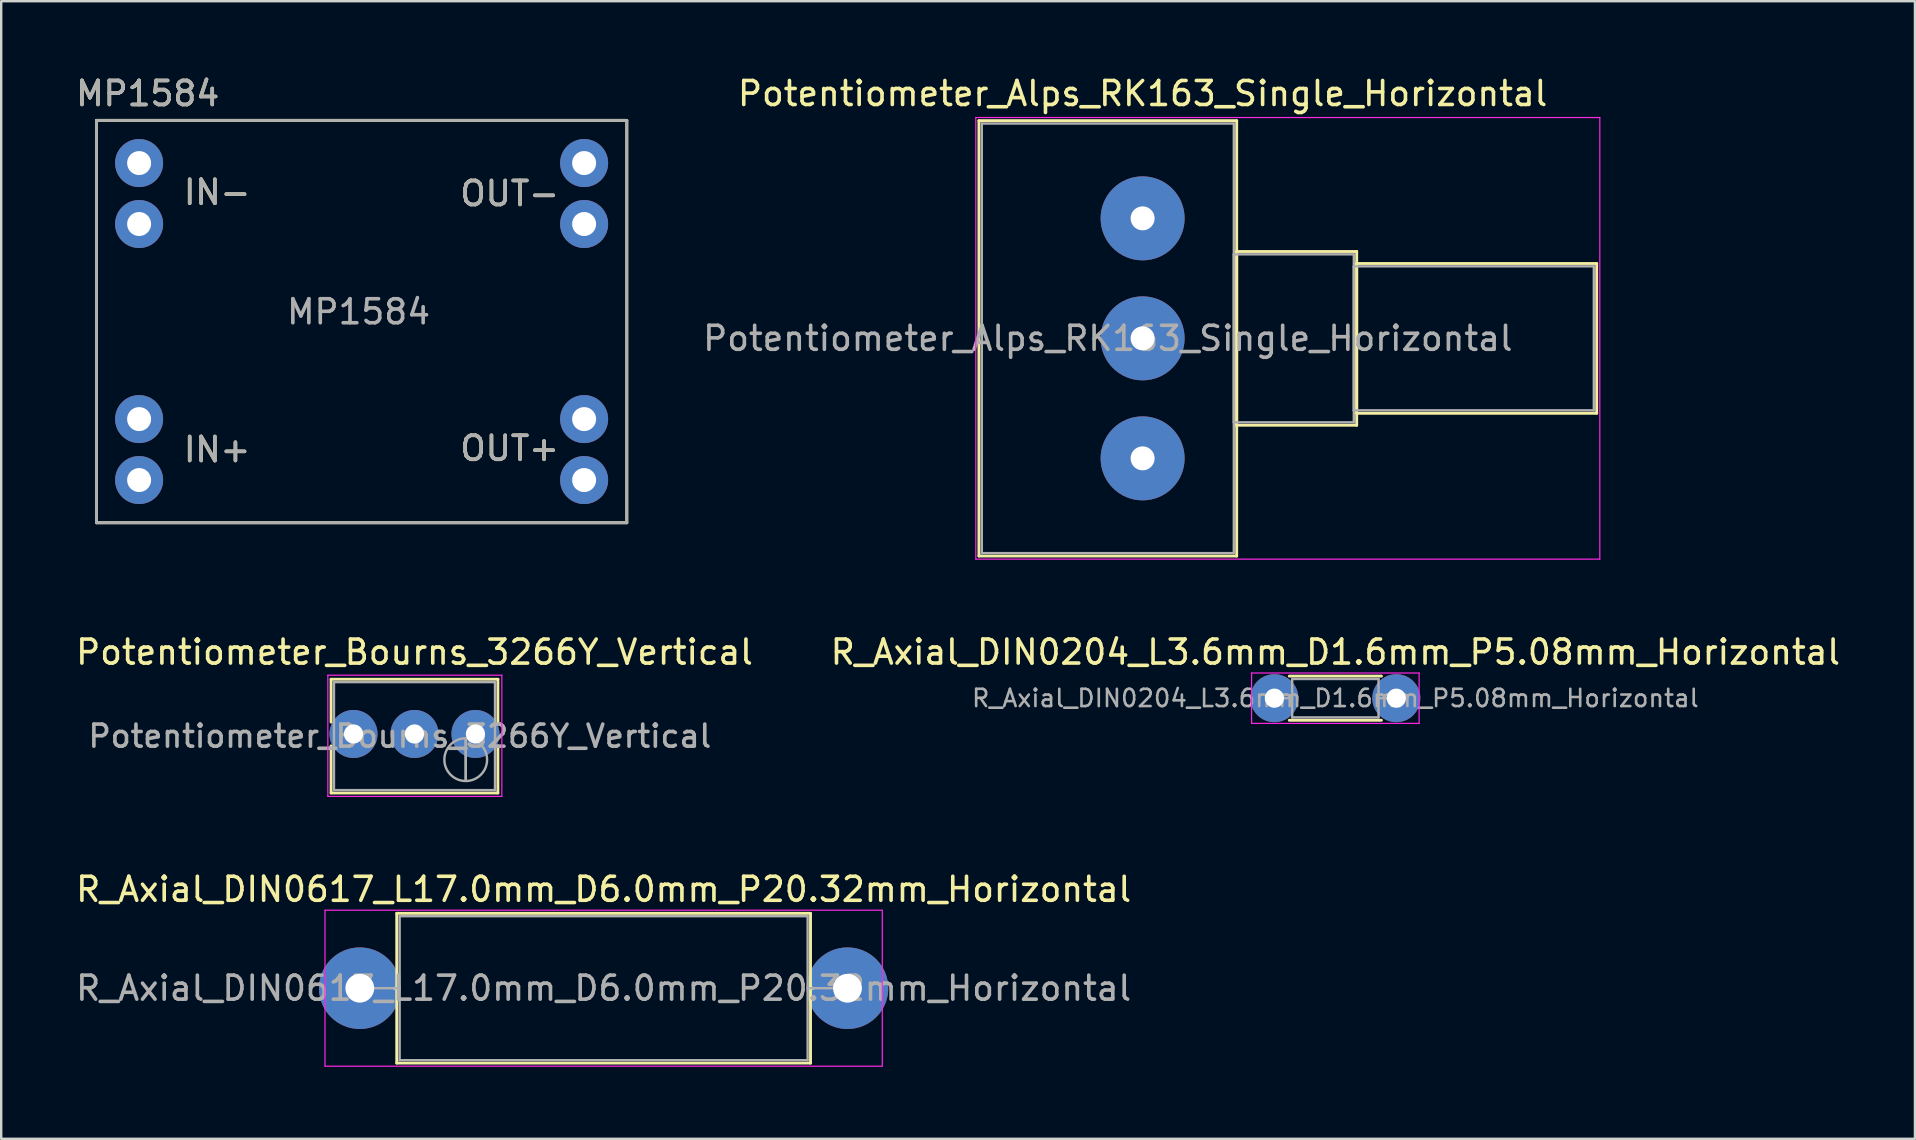
<source format=kicad_pcb>
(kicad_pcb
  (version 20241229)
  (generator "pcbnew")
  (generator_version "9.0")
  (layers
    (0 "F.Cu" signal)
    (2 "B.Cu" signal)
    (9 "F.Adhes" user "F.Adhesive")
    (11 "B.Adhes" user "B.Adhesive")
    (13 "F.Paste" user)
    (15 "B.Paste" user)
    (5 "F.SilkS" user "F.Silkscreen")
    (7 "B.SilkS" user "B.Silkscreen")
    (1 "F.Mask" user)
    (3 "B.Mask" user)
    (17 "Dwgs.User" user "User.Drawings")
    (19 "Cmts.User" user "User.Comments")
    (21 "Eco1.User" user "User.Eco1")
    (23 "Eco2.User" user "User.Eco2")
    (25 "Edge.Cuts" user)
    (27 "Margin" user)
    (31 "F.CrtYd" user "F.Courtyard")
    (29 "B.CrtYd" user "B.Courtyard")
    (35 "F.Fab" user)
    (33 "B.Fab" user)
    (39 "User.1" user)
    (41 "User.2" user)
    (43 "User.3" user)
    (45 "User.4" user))
  (footprint "Potentiometer_Alps_RK163_Single_Horizontal"
    (layer "F.Cu")
    (at 44.558 16.048)
    (property "Reference" "Potentiometer_Alps_RK163_Single_Horizontal" (at 0 -15.2 0) (layer "F.SilkS") (effects (font (size 1 1) (thickness 0.15))))
    (attr through_hole)
    (fp_line (start -6.82 -14.07) (end -6.82 4.07) (stroke (width 0.12) (type solid)) (layer "F.SilkS"))
    (fp_line (start -6.82 -14.07) (end 3.92 -14.07) (stroke (width 0.12) (type solid)) (layer "F.SilkS"))
    (fp_line (start -6.82 4.07) (end 3.92 4.07) (stroke (width 0.12) (type solid)) (layer "F.SilkS"))
    (fp_line (start 3.92 -14.07) (end 3.92 4.07) (stroke (width 0.12) (type solid)) (layer "F.SilkS"))
    (fp_line (start 3.92 -8.62) (end 3.92 -1.38) (stroke (width 0.12) (type solid)) (layer "F.SilkS"))
    (fp_line (start 3.92 -8.62) (end 8.92 -8.62) (stroke (width 0.12) (type solid)) (layer "F.SilkS"))
    (fp_line (start 3.92 -1.38) (end 8.92 -1.38) (stroke (width 0.12) (type solid)) (layer "F.SilkS"))
    (fp_line (start 8.92 -8.62) (end 8.92 -1.38) (stroke (width 0.12) (type solid)) (layer "F.SilkS"))
    (fp_line (start 8.92 -8.12) (end 8.92 -1.879) (stroke (width 0.12) (type solid)) (layer "F.SilkS"))
    (fp_line (start 8.92 -8.12) (end 18.92 -8.12) (stroke (width 0.12) (type solid)) (layer "F.SilkS"))
    (fp_line (start 8.92 -1.879) (end 18.92 -1.879) (stroke (width 0.12) (type solid)) (layer "F.SilkS"))
    (fp_line (start 18.92 -8.12) (end 18.92 -1.879) (stroke (width 0.12) (type solid)) (layer "F.SilkS"))
    (fp_line (start -6.95 -14.2) (end -6.95 4.2) (stroke (width 0.05) (type solid)) (layer "F.CrtYd"))
    (fp_line (start -6.95 4.2) (end 19.05 4.2) (stroke (width 0.05) (type solid)) (layer "F.CrtYd"))
    (fp_line (start 19.05 -14.2) (end -6.95 -14.2) (stroke (width 0.05) (type solid)) (layer "F.CrtYd"))
    (fp_line (start 19.05 4.2) (end 19.05 -14.2) (stroke (width 0.05) (type solid)) (layer "F.CrtYd"))
    (fp_line (start -6.7 -13.95) (end -6.7 3.95) (stroke (width 0.1) (type solid)) (layer "F.Fab"))
    (fp_line (start -6.7 3.95) (end 3.8 3.95) (stroke (width 0.1) (type solid)) (layer "F.Fab"))
    (fp_line (start 3.8 -13.95) (end -6.7 -13.95) (stroke (width 0.1) (type solid)) (layer "F.Fab"))
    (fp_line (start 3.8 -8.5) (end 3.8 -1.5) (stroke (width 0.1) (type solid)) (layer "F.Fab"))
    (fp_line (start 3.8 -1.5) (end 8.8 -1.5) (stroke (width 0.1) (type solid)) (layer "F.Fab"))
    (fp_line (start 3.8 3.95) (end 3.8 -13.95) (stroke (width 0.1) (type solid)) (layer "F.Fab"))
    (fp_line (start 8.8 -8.5) (end 3.8 -8.5) (stroke (width 0.1) (type solid)) (layer "F.Fab"))
    (fp_line (start 8.8 -8) (end 8.8 -2) (stroke (width 0.1) (type solid)) (layer "F.Fab"))
    (fp_line (start 8.8 -2) (end 18.8 -2) (stroke (width 0.1) (type solid)) (layer "F.Fab"))
    (fp_line (start 8.8 -1.5) (end 8.8 -8.5) (stroke (width 0.1) (type solid)) (layer "F.Fab"))
    (fp_line (start 18.8 -8) (end 8.8 -8) (stroke (width 0.1) (type solid)) (layer "F.Fab"))
    (fp_line (start 18.8 -2) (end 18.8 -8) (stroke (width 0.1) (type solid)) (layer "F.Fab"))
    (fp_text user "${REFERENCE}" (at -1.45 -5 0) (layer "F.Fab") (effects (font (size 1 1) (thickness 0.15))))
    (pad "1" thru_hole circle (at 0 0) (size 3.5 3.5) (drill 1) (layers "*.Cu" "*.Mask"))
    (pad "2" thru_hole circle (at 0 -5) (size 3.5 3.5) (drill 1) (layers "*.Cu" "*.Mask"))
    (pad "3" thru_hole circle (at 0 -10) (size 3.5 3.5) (drill 1) (layers "*.Cu" "*.Mask")))
  (footprint "R_Axial_DIN0204_L3.6mm_D1.6mm_P5.08mm_Horizontal"
    (layer "F.Cu")
    (at 50.049 26.041)
    (property "Reference" "R_Axial_DIN0204_L3.6mm_D1.6mm_P5.08mm_Horizontal" (at 2.54 -1.92 0) (layer "F.SilkS") (effects (font (size 1 1) (thickness 0.15))))
    (attr through_hole)
    (fp_line (start 0.62 -0.92) (end 4.46 -0.92) (stroke (width 0.12) (type solid)) (layer "F.SilkS"))
    (fp_line (start 0.62 0.92) (end 4.46 0.92) (stroke (width 0.12) (type solid)) (layer "F.SilkS"))
    (fp_line (start -0.95 -1.05) (end -0.95 1.05) (stroke (width 0.05) (type solid)) (layer "F.CrtYd"))
    (fp_line (start -0.95 1.05) (end 6.03 1.05) (stroke (width 0.05) (type solid)) (layer "F.CrtYd"))
    (fp_line (start 6.03 -1.05) (end -0.95 -1.05) (stroke (width 0.05) (type solid)) (layer "F.CrtYd"))
    (fp_line (start 6.03 1.05) (end 6.03 -1.05) (stroke (width 0.05) (type solid)) (layer "F.CrtYd"))
    (fp_line (start 0 0) (end 0.74 0) (stroke (width 0.1) (type solid)) (layer "F.Fab"))
    (fp_line (start 0.74 -0.8) (end 0.74 0.8) (stroke (width 0.1) (type solid)) (layer "F.Fab"))
    (fp_line (start 0.74 0.8) (end 4.34 0.8) (stroke (width 0.1) (type solid)) (layer "F.Fab"))
    (fp_line (start 4.34 -0.8) (end 0.74 -0.8) (stroke (width 0.1) (type solid)) (layer "F.Fab"))
    (fp_line (start 4.34 0.8) (end 4.34 -0.8) (stroke (width 0.1) (type solid)) (layer "F.Fab"))
    (fp_line (start 5.08 0) (end 4.34 0) (stroke (width 0.1) (type solid)) (layer "F.Fab"))
    (fp_text user "${REFERENCE}" (at 2.54 0 0) (layer "F.Fab") (effects (font (size 0.72 0.72) (thickness 0.108))))
    (pad "1" thru_hole circle (at 0 0) (size 2 2) (drill 0.8) (layers "*.Cu" "*.Mask"))
    (pad "2" thru_hole oval (at 5.08 0) (size 2 2) (drill 0.8) (layers "*.Cu" "*.Mask")))
  (footprint "R_Axial_DIN0617_L17.0mm_D6.0mm_P20.32mm_Horizontal"
    (layer "F.Cu")
    (at 11.941 38.125)
    (property "Reference" "R_Axial_DIN0617_L17.0mm_D6.0mm_P20.32mm_Horizontal" (at 10.16 -4.12 0) (layer "F.SilkS") (effects (font (size 1 1) (thickness 0.15))))
    (attr through_hole)
    (fp_line (start 1.44 0) (end 1.54 0) (stroke (width 0.12) (type solid)) (layer "F.SilkS"))
    (fp_line (start 1.54 -3.12) (end 1.54 3.12) (stroke (width 0.12) (type solid)) (layer "F.SilkS"))
    (fp_line (start 1.54 3.12) (end 18.78 3.12) (stroke (width 0.12) (type solid)) (layer "F.SilkS"))
    (fp_line (start 18.78 -3.12) (end 1.54 -3.12) (stroke (width 0.12) (type solid)) (layer "F.SilkS"))
    (fp_line (start 18.78 3.12) (end 18.78 -3.12) (stroke (width 0.12) (type solid)) (layer "F.SilkS"))
    (fp_line (start 18.88 0) (end 18.78 0) (stroke (width 0.12) (type solid)) (layer "F.SilkS"))
    (fp_line (start -1.45 -3.25) (end -1.45 3.25) (stroke (width 0.05) (type solid)) (layer "F.CrtYd"))
    (fp_line (start -1.45 3.25) (end 21.77 3.25) (stroke (width 0.05) (type solid)) (layer "F.CrtYd"))
    (fp_line (start 21.77 -3.25) (end -1.45 -3.25) (stroke (width 0.05) (type solid)) (layer "F.CrtYd"))
    (fp_line (start 21.77 3.25) (end 21.77 -3.25) (stroke (width 0.05) (type solid)) (layer "F.CrtYd"))
    (fp_line (start 0 0) (end 1.66 0) (stroke (width 0.1) (type solid)) (layer "F.Fab"))
    (fp_line (start 1.66 -3) (end 1.66 3) (stroke (width 0.1) (type solid)) (layer "F.Fab"))
    (fp_line (start 1.66 3) (end 18.66 3) (stroke (width 0.1) (type solid)) (layer "F.Fab"))
    (fp_line (start 18.66 -3) (end 1.66 -3) (stroke (width 0.1) (type solid)) (layer "F.Fab"))
    (fp_line (start 18.66 3) (end 18.66 -3) (stroke (width 0.1) (type solid)) (layer "F.Fab"))
    (fp_line (start 20.32 0) (end 18.66 0) (stroke (width 0.1) (type solid)) (layer "F.Fab"))
    (fp_text user "${REFERENCE}" (at 10.16 0 0) (layer "F.Fab") (effects (font (size 1 1) (thickness 0.15))))
    (pad "1" thru_hole circle (at 0 0) (size 3.4 3.4) (drill 1.2) (layers "*.Cu" "*.Mask"))
    (pad "2" thru_hole oval (at 20.32 0) (size 3.4 3.4) (drill 1.2) (layers "*.Cu" "*.Mask")))
  (footprint "Potentiometer_Bourns_3266Y_Vertical"
    (layer "F.Cu")
    (at 16.76 27.532)
    (property "Reference" "Potentiometer_Bourns_3266Y_Vertical" (at -2.54 -3.41 0) (layer "F.SilkS") (effects (font (size 1 1) (thickness 0.15))))
    (attr through_hole)
    (fp_line (start -6.015 -2.28) (end -6.015 -0.494) (stroke (width 0.12) (type solid)) (layer "F.SilkS"))
    (fp_line (start -6.015 -2.28) (end 0.935 -2.28) (stroke (width 0.12) (type solid)) (layer "F.SilkS"))
    (fp_line (start -6.015 0.496) (end -6.015 2.46) (stroke (width 0.12) (type solid)) (layer "F.SilkS"))
    (fp_line (start -6.015 2.46) (end 0.935 2.46) (stroke (width 0.12) (type solid)) (layer "F.SilkS"))
    (fp_line (start 0.935 -2.28) (end 0.935 -0.494) (stroke (width 0.12) (type solid)) (layer "F.SilkS"))
    (fp_line (start 0.935 0.496) (end 0.935 2.46) (stroke (width 0.12) (type solid)) (layer "F.SilkS"))
    (fp_line (start -6.15 -2.45) (end -6.15 2.6) (stroke (width 0.05) (type solid)) (layer "F.CrtYd"))
    (fp_line (start -6.15 2.6) (end 1.1 2.6) (stroke (width 0.05) (type solid)) (layer "F.CrtYd"))
    (fp_line (start 1.1 -2.45) (end -6.15 -2.45) (stroke (width 0.05) (type solid)) (layer "F.CrtYd"))
    (fp_line (start 1.1 2.6) (end 1.1 -2.45) (stroke (width 0.05) (type solid)) (layer "F.CrtYd"))
    (fp_line (start -5.895 -2.16) (end -5.895 2.34) (stroke (width 0.1) (type solid)) (layer "F.Fab"))
    (fp_line (start -5.895 2.34) (end 0.815 2.34) (stroke (width 0.1) (type solid)) (layer "F.Fab"))
    (fp_line (start -0.405 1.952) (end -0.404 0.189) (stroke (width 0.1) (type solid)) (layer "F.Fab"))
    (fp_line (start -0.405 1.952) (end -0.404 0.189) (stroke (width 0.1) (type solid)) (layer "F.Fab"))
    (fp_line (start 0.815 -2.16) (end -5.895 -2.16) (stroke (width 0.1) (type solid)) (layer "F.Fab"))
    (fp_line (start 0.815 2.34) (end 0.815 -2.16) (stroke (width 0.1) (type solid)) (layer "F.Fab"))
    (fp_circle (center -0.405 1.07) (end 0.485 1.07) (stroke (width 0.1) (type solid)) (fill no) (layer "F.Fab"))
    (fp_text user "${REFERENCE}" (at -3.15 0.09 0) (layer "F.Fab") (effects (font (size 0.92 0.92) (thickness 0.15))))
    (pad "1" thru_hole circle (at 0 0) (size 2 2) (drill 0.8) (layers "*.Cu" "*.Mask"))
    (pad "2" thru_hole circle (at -2.54 0) (size 2 2) (drill 0.8) (layers "*.Cu" "*.Mask"))
    (pad "3" thru_hole circle (at -5.08 0) (size 2 2) (drill 0.8) (layers "*.Cu" "*.Mask")))
  (footprint "MP1584"
    (layer "F.Cu")
    (at 11.788 9.994)
    (property "Reference" "MP1584" (at -8.686 -9.146 0) (layer "F.SilkS") (effects (font (size 1 1) (thickness 0.15))))
    (attr through_hole)
    (fp_line (start -10.82 -8.028) (end -10.82 8.736) (stroke (width 0.12) (type solid)) (layer "F.SilkS"))
    (fp_line (start -10.82 8.736) (end 11.278 8.736) (stroke (width 0.12) (type solid)) (layer "F.SilkS"))
    (fp_line (start 11.278 -8.028) (end -10.82 -8.028) (stroke (width 0.12) (type solid)) (layer "F.SilkS"))
    (fp_line (start 11.278 8.736) (end 11.278 -8.028) (stroke (width 0.12) (type solid)) (layer "F.SilkS"))
    (fp_line (start -10.82 -8.028) (end -10.82 8.736) (stroke (width 0.12) (type solid)) (layer "F.Fab"))
    (fp_line (start 11.278 -8.028) (end -10.82 -8.028) (stroke (width 0.12) (type solid)) (layer "F.Fab"))
    (fp_line (start 11.278 -8.028) (end 11.278 8.736) (stroke (width 0.12) (type solid)) (layer "F.Fab"))
    (fp_line (start 11.278 8.736) (end -10.82 8.736) (stroke (width 0.12) (type solid)) (layer "F.Fab"))
    (fp_text user "OUT+" (at 6.401 5.637 0) (layer "F.SilkS") (effects (font (size 1 1) (thickness 0.15))))
    (fp_text user "IN+" (at -5.791 5.688 0) (layer "F.SilkS") (effects (font (size 1 1) (thickness 0.15))))
    (fp_text user "IN-" (at -5.791 -5.031 0) (layer "F.SilkS") (effects (font (size 1 1) (thickness 0.15))))
    (fp_text user "OUT-" (at 6.401 -4.98 0) (layer "F.SilkS") (effects (font (size 1 1) (thickness 0.15))))
    (fp_text user "OUT-" (at 6.401 -4.98 0) (layer "F.Fab") (effects (font (size 1 1) (thickness 0.15))))
    (fp_text user "IN+" (at -5.791 5.688 0) (layer "F.Fab") (effects (font (size 1 1) (thickness 0.15))))
    (fp_text user "IN-" (at -5.791 -5.031 0) (layer "F.Fab") (effects (font (size 1 1) (thickness 0.15))))
    (fp_text user "${REFERENCE}" (at -8.686 -9.146 0) (layer "F.Fab") (effects (font (size 1 1) (thickness 0.15))))
    (fp_text user "OUT+" (at 6.401 5.637 0) (layer "F.Fab") (effects (font (size 1 1) (thickness 0.15))))
    (fp_text user "MP1584" (at 0.102 -0.052 0) (layer "F.Fab") (effects (font (size 1 1) (thickness 0.15))))
    (pad "1" thru_hole circle (at -9.042 -6.25) (size 2 2) (drill 1) (layers "*.Cu" "*.Mask"))
    (pad "1" thru_hole circle (at -9.042 -3.71) (size 2 2) (drill 1) (layers "*.Cu" "*.Mask"))
    (pad "2" thru_hole circle (at -9.042 4.418) (size 2 2) (drill 1) (layers "*.Cu" "*.Mask"))
    (pad "2" thru_hole circle (at -9.042 6.958) (size 2 2) (drill 1) (layers "*.Cu" "*.Mask"))
    (pad "3" thru_hole circle (at 9.5 4.418) (size 2 2) (drill 1) (layers "*.Cu" "*.Mask"))
    (pad "3" thru_hole circle (at 9.5 6.958) (size 2 2) (drill 1) (layers "*.Cu" "*.Mask"))
    (pad "4" thru_hole circle (at 9.5 -6.25) (size 2 2) (drill 1) (layers "*.Cu" "*.Mask"))
    (pad "4" thru_hole circle (at 9.5 -3.71) (size 2 2) (drill 1) (layers "*.Cu" "*.Mask")))
  (gr_rect
    (start -3 -3)
    (end 76.738 44.4)
    (stroke (width 0.1) (type default))
    (fill no)
    (layer "Edge.Cuts")))
</source>
